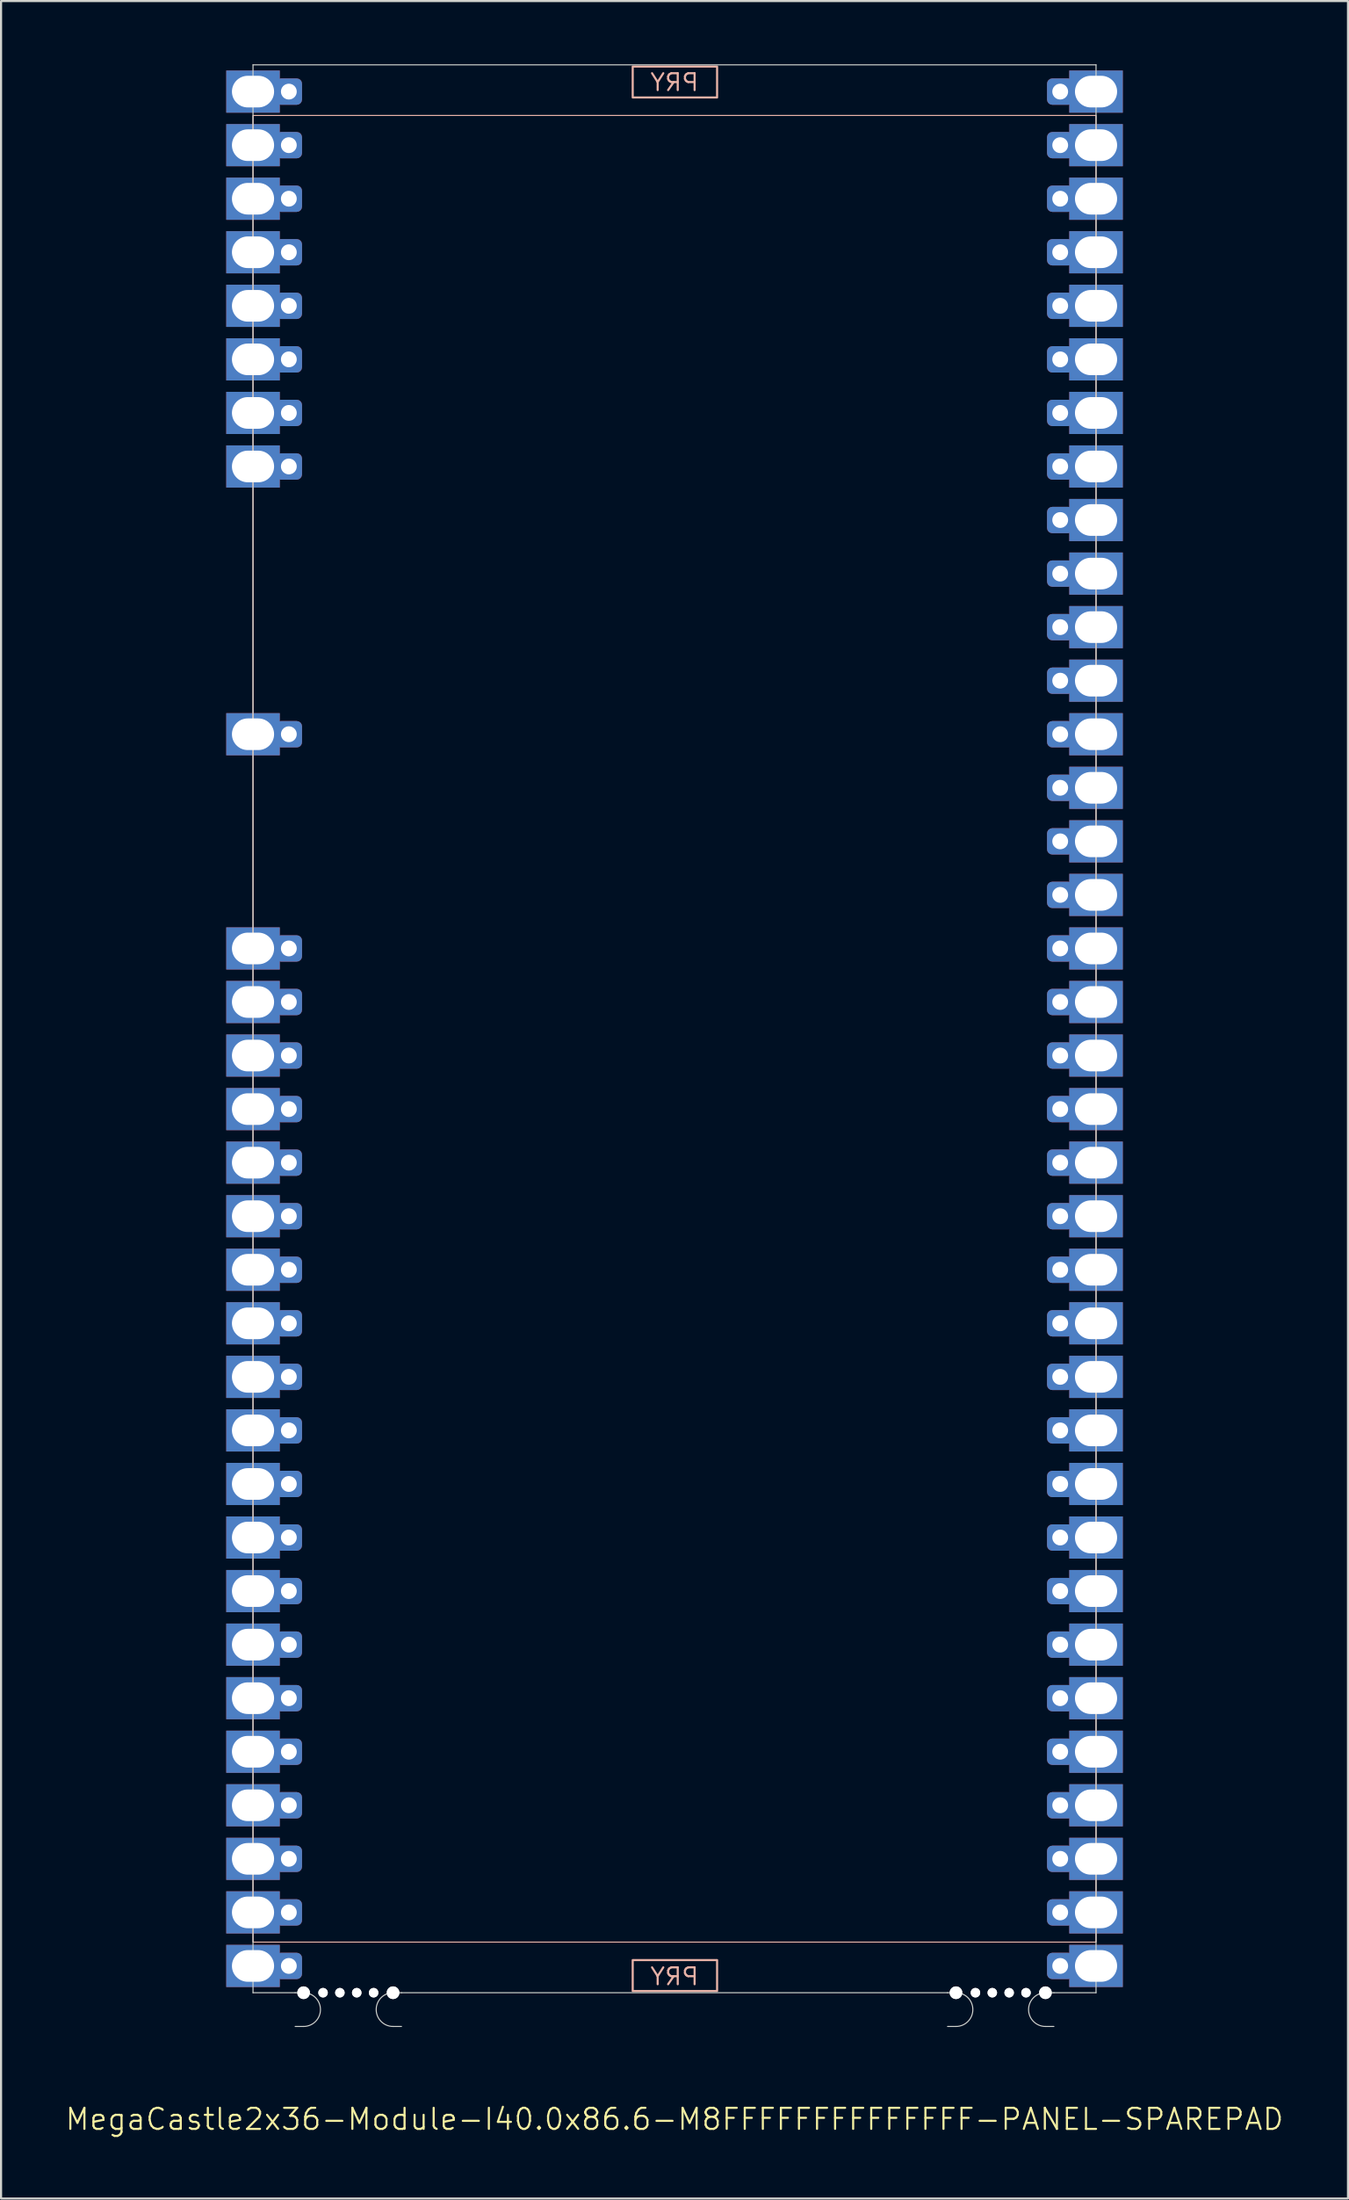
<source format=kicad_pcb>
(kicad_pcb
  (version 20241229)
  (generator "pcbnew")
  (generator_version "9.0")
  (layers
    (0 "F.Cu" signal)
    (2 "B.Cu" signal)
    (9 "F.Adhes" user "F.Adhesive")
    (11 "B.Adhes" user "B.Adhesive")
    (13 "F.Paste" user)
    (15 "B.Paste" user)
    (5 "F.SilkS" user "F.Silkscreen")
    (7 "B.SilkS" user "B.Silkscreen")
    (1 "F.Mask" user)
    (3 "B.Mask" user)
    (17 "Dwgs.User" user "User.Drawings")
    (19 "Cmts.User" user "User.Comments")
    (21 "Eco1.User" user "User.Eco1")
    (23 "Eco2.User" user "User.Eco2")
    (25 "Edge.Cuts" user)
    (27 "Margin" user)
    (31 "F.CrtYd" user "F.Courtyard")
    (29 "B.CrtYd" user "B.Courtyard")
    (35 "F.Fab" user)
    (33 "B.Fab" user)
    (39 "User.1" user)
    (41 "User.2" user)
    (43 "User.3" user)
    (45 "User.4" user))
  (footprint "MegaCastle2x36-Module-I40.0x86.6-M8FFFFFFFFFFFFFF-PANEL-SPAREPAD"
    (layer "F.Cu")
    (at 28.955 45.745)
    (property "Reference" "MegaCastle2x36-Module-I40.0x86.6-M8FFFFFFFFFFFFFF-PANEL-SPAREPAD" (at 0 51.72 0) (unlocked yes) (layer "F.SilkS") (effects (font (size 1 1) (thickness 0.1))))
    (attr smd)
    (fp_rect (start -20 43.32) (end 20 -43.32) (stroke (width 0.05) (type default)) (fill no) (layer "B.SilkS"))
    (fp_rect (start -1.984 -44.171) (end 2.02 -45.64) (stroke (width 0.1) (type default)) (fill no) (layer "B.SilkS"))
    (fp_rect (start -1.984 44.171) (end 2.02 45.64) (stroke (width 0.1) (type default)) (fill no) (layer "B.SilkS"))
    (fp_line (start -20 -45.72) (end -20 45.72) (stroke (width 0.05) (type default)) (layer "Edge.Cuts"))
    (fp_line (start -20 -45.72) (end 20 -45.72) (stroke (width 0.05) (type default)) (layer "Edge.Cuts"))
    (fp_line (start -20 45.72) (end -18 45.72) (stroke (width 0.05) (type default)) (layer "Edge.Cuts"))
    (fp_line (start -18 45.72) (end -17.6 45.72) (stroke (width 0.05) (type default)) (layer "Edge.Cuts"))
    (fp_line (start -18 47.32) (end -17.6 47.32) (stroke (width 0.05) (type default)) (layer "Edge.Cuts"))
    (fp_line (start -12.955 45.72) (end -13.355 45.72) (stroke (width 0.05) (type default)) (layer "Edge.Cuts"))
    (fp_line (start -12.955 45.72) (end 12.955 45.72) (stroke (width 0.05) (type default)) (layer "Edge.Cuts"))
    (fp_line (start -12.955 47.32) (end -13.355 47.32) (stroke (width 0.05) (type default)) (layer "Edge.Cuts"))
    (fp_line (start 12.955 45.72) (end 13.355 45.72) (stroke (width 0.05) (type default)) (layer "Edge.Cuts"))
    (fp_line (start 12.955 47.32) (end 13.355 47.32) (stroke (width 0.05) (type default)) (layer "Edge.Cuts"))
    (fp_line (start 18 45.72) (end 17.6 45.72) (stroke (width 0.05) (type default)) (layer "Edge.Cuts"))
    (fp_line (start 18 45.72) (end 20 45.72) (stroke (width 0.05) (type default)) (layer "Edge.Cuts"))
    (fp_line (start 18 47.32) (end 17.6 47.32) (stroke (width 0.05) (type default)) (layer "Edge.Cuts"))
    (fp_line (start 20 -45.72) (end 20 45.72) (stroke (width 0.05) (type default)) (layer "Edge.Cuts"))
    (fp_arc (start -17.6 45.720001) (mid -16.799999 46.52) (end -17.6 47.32) (stroke (width 0.05) (type default)) (layer "Edge.Cuts"))
    (fp_arc (start -13.355 47.32) (mid -14.154999 46.520001) (end -13.355 45.720001) (stroke (width 0.05) (type default)) (layer "Edge.Cuts"))
    (fp_arc (start 13.355001 45.720001) (mid 14.155002 46.52) (end 13.355001 47.32) (stroke (width 0.05) (type default)) (layer "Edge.Cuts"))
    (fp_arc (start 17.600002 47.32) (mid 16.8 46.52) (end 17.600002 45.720001) (stroke (width 0.05) (type default)) (layer "Edge.Cuts"))
    (fp_text user "PRY" (at 0 45.42 0) (unlocked yes) (layer "B.SilkS") (effects (font (size 0.8 0.8) (thickness 0.1)) (justify bottom mirror)))
    (fp_text user "PRY" (at 0 -44.42 0) (unlocked yes) (layer "B.SilkS") (effects (font (size 0.8 0.8) (thickness 0.1)) (justify bottom mirror)))
    (pad "" np_thru_hole circle (at -17.6 45.72) (size 0.6 0.6) (drill 0.6) (layers "*.Cu" "Edge.Cuts"))
    (pad "" np_thru_hole circle (at -16.677 45.72) (size 0.45 0.45) (drill 0.45) (layers "*.Cu" "Edge.Cuts"))
    (pad "" np_thru_hole circle (at -15.878 45.72) (size 0.45 0.45) (drill 0.45) (layers "*.Cu" "Edge.Cuts"))
    (pad "" np_thru_hole circle (at -15.078 45.72) (size 0.45 0.45) (drill 0.45) (layers "*.Cu" "Edge.Cuts"))
    (pad "" np_thru_hole circle (at -14.277 45.72) (size 0.45 0.45) (drill 0.45) (layers "*.Cu" "Edge.Cuts"))
    (pad "" np_thru_hole circle (at -13.355 45.72) (size 0.6 0.6) (drill 0.6) (layers "*.Cu" "Edge.Cuts"))
    (pad "" np_thru_hole circle (at 13.355 45.72) (size 0.6 0.6) (drill 0.6) (layers "*.Cu" "Edge.Cuts"))
    (pad "" np_thru_hole circle (at 14.278 45.72) (size 0.45 0.45) (drill 0.45) (layers "*.Cu" "Edge.Cuts"))
    (pad "" np_thru_hole circle (at 15.078 45.72) (size 0.45 0.45) (drill 0.45) (layers "*.Cu" "Edge.Cuts"))
    (pad "" np_thru_hole circle (at 15.878 45.72) (size 0.45 0.45) (drill 0.45) (layers "*.Cu" "Edge.Cuts"))
    (pad "" np_thru_hole circle (at 16.678 45.72) (size 0.45 0.45) (drill 0.45) (layers "*.Cu" "Edge.Cuts"))
    (pad "" np_thru_hole circle (at 17.6 45.72) (size 0.6 0.6) (drill 0.6) (layers "*.Cu" "Edge.Cuts"))
    (pad "1" thru_hole rect (at -20 -44.45) (size 2.54 2) (drill oval 2 1.5) (property pad_prop_castellated) (layers "*.Cu" "*.Mask"))
    (pad "1" thru_hole roundrect (at -18.3 -44.45 180) (size 1.25 1.25) (drill 0.75) (layers "*.Cu" "*.Mask") (roundrect_rratio 0.2))
    (pad "2" thru_hole rect (at -20 -41.91) (size 2.54 2) (drill oval 2 1.5) (property pad_prop_castellated) (layers "*.Cu" "*.Mask"))
    (pad "2" thru_hole roundrect (at -18.3 -41.91 180) (size 1.25 1.25) (drill 0.75) (layers "*.Cu" "*.Mask") (roundrect_rratio 0.2))
    (pad "3" thru_hole rect (at -20 -39.37) (size 2.54 2) (drill oval 2 1.5) (property pad_prop_castellated) (layers "*.Cu" "*.Mask"))
    (pad "3" thru_hole roundrect (at -18.3 -39.37 180) (size 1.25 1.25) (drill 0.75) (layers "*.Cu" "*.Mask") (roundrect_rratio 0.2))
    (pad "4" thru_hole rect (at -20 -36.83) (size 2.54 2) (drill oval 2 1.5) (property pad_prop_castellated) (layers "*.Cu" "*.Mask"))
    (pad "4" thru_hole roundrect (at -18.3 -36.83 180) (size 1.25 1.25) (drill 0.75) (layers "*.Cu" "*.Mask") (roundrect_rratio 0.2))
    (pad "5" thru_hole rect (at -20 -34.29) (size 2.54 2) (drill oval 2 1.5) (property pad_prop_castellated) (layers "*.Cu" "*.Mask"))
    (pad "5" thru_hole roundrect (at -18.3 -34.29 180) (size 1.25 1.25) (drill 0.75) (layers "*.Cu" "*.Mask") (roundrect_rratio 0.2))
    (pad "6" thru_hole rect (at -20 -31.75) (size 2.54 2) (drill oval 2 1.5) (property pad_prop_castellated) (layers "*.Cu" "*.Mask"))
    (pad "6" thru_hole roundrect (at -18.3 -31.75 180) (size 1.25 1.25) (drill 0.75) (layers "*.Cu" "*.Mask") (roundrect_rratio 0.2))
    (pad "7" thru_hole rect (at -20 -29.21) (size 2.54 2) (drill oval 2 1.5) (property pad_prop_castellated) (layers "*.Cu" "*.Mask"))
    (pad "7" thru_hole roundrect (at -18.3 -29.21 180) (size 1.25 1.25) (drill 0.75) (layers "*.Cu" "*.Mask") (roundrect_rratio 0.2))
    (pad "8" thru_hole rect (at -20 -26.67) (size 2.54 2) (drill oval 2 1.5) (property pad_prop_castellated) (layers "*.Cu" "*.Mask"))
    (pad "8" thru_hole roundrect (at -18.3 -26.67 180) (size 1.25 1.25) (drill 0.75) (layers "*.Cu" "*.Mask") (roundrect_rratio 0.2))
    (pad "13" thru_hole rect (at -20 -13.97) (size 2.54 2) (drill oval 2 1.5) (property pad_prop_castellated) (layers "*.Cu" "*.Mask"))
    (pad "13" thru_hole roundrect (at -18.3 -13.97 180) (size 1.25 1.25) (drill 0.75) (layers "*.Cu" "*.Mask") (roundrect_rratio 0.2))
    (pad "17" thru_hole rect (at -20 -3.81) (size 2.54 2) (drill oval 2 1.5) (property pad_prop_castellated) (layers "*.Cu" "*.Mask"))
    (pad "17" thru_hole roundrect (at -18.3 -3.81 180) (size 1.25 1.25) (drill 0.75) (layers "*.Cu" "*.Mask") (roundrect_rratio 0.2))
    (pad "18" thru_hole rect (at -20 -1.27) (size 2.54 2) (drill oval 2 1.5) (property pad_prop_castellated) (layers "*.Cu" "*.Mask"))
    (pad "18" thru_hole roundrect (at -18.3 -1.27 180) (size 1.25 1.25) (drill 0.75) (layers "*.Cu" "*.Mask") (roundrect_rratio 0.2))
    (pad "19" thru_hole rect (at -20 1.27) (size 2.54 2) (drill oval 2 1.5) (property pad_prop_castellated) (layers "*.Cu" "*.Mask"))
    (pad "19" thru_hole roundrect (at -18.3 1.27 180) (size 1.25 1.25) (drill 0.75) (layers "*.Cu" "*.Mask") (roundrect_rratio 0.2))
    (pad "20" thru_hole rect (at -20 3.81) (size 2.54 2) (drill oval 2 1.5) (property pad_prop_castellated) (layers "*.Cu" "*.Mask"))
    (pad "20" thru_hole roundrect (at -18.3 3.81 180) (size 1.25 1.25) (drill 0.75) (layers "*.Cu" "*.Mask") (roundrect_rratio 0.2))
    (pad "21" thru_hole rect (at -20 6.35) (size 2.54 2) (drill oval 2 1.5) (property pad_prop_castellated) (layers "*.Cu" "*.Mask"))
    (pad "21" thru_hole roundrect (at -18.3 6.35 180) (size 1.25 1.25) (drill 0.75) (layers "*.Cu" "*.Mask") (roundrect_rratio 0.2))
    (pad "22" thru_hole rect (at -20 8.89) (size 2.54 2) (drill oval 2 1.5) (property pad_prop_castellated) (layers "*.Cu" "*.Mask"))
    (pad "22" thru_hole roundrect (at -18.3 8.89 180) (size 1.25 1.25) (drill 0.75) (layers "*.Cu" "*.Mask") (roundrect_rratio 0.2))
    (pad "23" thru_hole rect (at -20 11.43) (size 2.54 2) (drill oval 2 1.5) (property pad_prop_castellated) (layers "*.Cu" "*.Mask"))
    (pad "23" thru_hole roundrect (at -18.3 11.43 180) (size 1.25 1.25) (drill 0.75) (layers "*.Cu" "*.Mask") (roundrect_rratio 0.2))
    (pad "24" thru_hole rect (at -20 13.97) (size 2.54 2) (drill oval 2 1.5) (property pad_prop_castellated) (layers "*.Cu" "*.Mask"))
    (pad "24" thru_hole roundrect (at -18.3 13.97 180) (size 1.25 1.25) (drill 0.75) (layers "*.Cu" "*.Mask") (roundrect_rratio 0.2))
    (pad "25" thru_hole rect (at -20 16.51) (size 2.54 2) (drill oval 2 1.5) (property pad_prop_castellated) (layers "*.Cu" "*.Mask"))
    (pad "25" thru_hole roundrect (at -18.3 16.51 180) (size 1.25 1.25) (drill 0.75) (layers "*.Cu" "*.Mask") (roundrect_rratio 0.2))
    (pad "26" thru_hole rect (at -20 19.05) (size 2.54 2) (drill oval 2 1.5) (property pad_prop_castellated) (layers "*.Cu" "*.Mask"))
    (pad "26" thru_hole roundrect (at -18.3 19.05 180) (size 1.25 1.25) (drill 0.75) (layers "*.Cu" "*.Mask") (roundrect_rratio 0.2))
    (pad "27" thru_hole rect (at -20 21.59) (size 2.54 2) (drill oval 2 1.5) (property pad_prop_castellated) (layers "*.Cu" "*.Mask"))
    (pad "27" thru_hole roundrect (at -18.3 21.59 180) (size 1.25 1.25) (drill 0.75) (layers "*.Cu" "*.Mask") (roundrect_rratio 0.2))
    (pad "28" thru_hole rect (at -20 24.13) (size 2.54 2) (drill oval 2 1.5) (property pad_prop_castellated) (layers "*.Cu" "*.Mask"))
    (pad "28" thru_hole roundrect (at -18.3 24.13 180) (size 1.25 1.25) (drill 0.75) (layers "*.Cu" "*.Mask") (roundrect_rratio 0.2))
    (pad "29" thru_hole rect (at -20 26.67) (size 2.54 2) (drill oval 2 1.5) (property pad_prop_castellated) (layers "*.Cu" "*.Mask"))
    (pad "29" thru_hole roundrect (at -18.3 26.67 180) (size 1.25 1.25) (drill 0.75) (layers "*.Cu" "*.Mask") (roundrect_rratio 0.2))
    (pad "30" thru_hole rect (at -20 29.21) (size 2.54 2) (drill oval 2 1.5) (property pad_prop_castellated) (layers "*.Cu" "*.Mask"))
    (pad "30" thru_hole roundrect (at -18.3 29.21 180) (size 1.25 1.25) (drill 0.75) (layers "*.Cu" "*.Mask") (roundrect_rratio 0.2))
    (pad "31" thru_hole rect (at -20 31.75) (size 2.54 2) (drill oval 2 1.5) (property pad_prop_castellated) (layers "*.Cu" "*.Mask"))
    (pad "31" thru_hole roundrect (at -18.3 31.75 180) (size 1.25 1.25) (drill 0.75) (layers "*.Cu" "*.Mask") (roundrect_rratio 0.2))
    (pad "32" thru_hole rect (at -20 34.29) (size 2.54 2) (drill oval 2 1.5) (property pad_prop_castellated) (layers "*.Cu" "*.Mask"))
    (pad "32" thru_hole roundrect (at -18.3 34.29 180) (size 1.25 1.25) (drill 0.75) (layers "*.Cu" "*.Mask") (roundrect_rratio 0.2))
    (pad "33" thru_hole rect (at -20 36.83) (size 2.54 2) (drill oval 2 1.5) (property pad_prop_castellated) (layers "*.Cu" "*.Mask"))
    (pad "33" thru_hole roundrect (at -18.3 36.83 180) (size 1.25 1.25) (drill 0.75) (layers "*.Cu" "*.Mask") (roundrect_rratio 0.2))
    (pad "34" thru_hole rect (at -20 39.37) (size 2.54 2) (drill oval 2 1.5) (property pad_prop_castellated) (layers "*.Cu" "*.Mask"))
    (pad "34" thru_hole roundrect (at -18.3 39.37 180) (size 1.25 1.25) (drill 0.75) (layers "*.Cu" "*.Mask") (roundrect_rratio 0.2))
    (pad "35" thru_hole rect (at -20 41.91) (size 2.54 2) (drill oval 2 1.5) (property pad_prop_castellated) (layers "*.Cu" "*.Mask"))
    (pad "35" thru_hole roundrect (at -18.3 41.91 180) (size 1.25 1.25) (drill 0.75) (layers "*.Cu" "*.Mask") (roundrect_rratio 0.2))
    (pad "36" thru_hole rect (at -20 44.45) (size 2.54 2) (drill oval 2 1.5) (property pad_prop_castellated) (layers "*.Cu" "*.Mask"))
    (pad "36" thru_hole roundrect (at -18.3 44.45 180) (size 1.25 1.25) (drill 0.75) (layers "*.Cu" "*.Mask") (roundrect_rratio 0.2))
    (pad "37" thru_hole roundrect (at 18.3 -44.45 180) (size 1.25 1.25) (drill 0.75) (layers "*.Cu" "*.Mask") (roundrect_rratio 0.2))
    (pad "37" thru_hole rect (at 20 -44.45) (size 2.54 2) (drill oval 2 1.5) (property pad_prop_castellated) (layers "*.Cu" "*.Mask"))
    (pad "38" thru_hole roundrect (at 18.3 -41.91 180) (size 1.25 1.25) (drill 0.75) (layers "*.Cu" "*.Mask") (roundrect_rratio 0.2))
    (pad "38" thru_hole rect (at 20 -41.91) (size 2.54 2) (drill oval 2 1.5) (property pad_prop_castellated) (layers "*.Cu" "*.Mask"))
    (pad "39" thru_hole roundrect (at 18.3 -39.37 180) (size 1.25 1.25) (drill 0.75) (layers "*.Cu" "*.Mask") (roundrect_rratio 0.2))
    (pad "39" thru_hole rect (at 20 -39.37) (size 2.54 2) (drill oval 2 1.5) (property pad_prop_castellated) (layers "*.Cu" "*.Mask"))
    (pad "40" thru_hole roundrect (at 18.3 -36.83 180) (size 1.25 1.25) (drill 0.75) (layers "*.Cu" "*.Mask") (roundrect_rratio 0.2))
    (pad "40" thru_hole rect (at 20 -36.83) (size 2.54 2) (drill oval 2 1.5) (property pad_prop_castellated) (layers "*.Cu" "*.Mask"))
    (pad "41" thru_hole roundrect (at 18.3 -34.29 180) (size 1.25 1.25) (drill 0.75) (layers "*.Cu" "*.Mask") (roundrect_rratio 0.2))
    (pad "41" thru_hole rect (at 20 -34.29) (size 2.54 2) (drill oval 2 1.5) (property pad_prop_castellated) (layers "*.Cu" "*.Mask"))
    (pad "42" thru_hole roundrect (at 18.3 -31.75 180) (size 1.25 1.25) (drill 0.75) (layers "*.Cu" "*.Mask") (roundrect_rratio 0.2))
    (pad "42" thru_hole rect (at 20 -31.75) (size 2.54 2) (drill oval 2 1.5) (property pad_prop_castellated) (layers "*.Cu" "*.Mask"))
    (pad "43" thru_hole roundrect (at 18.3 -29.21 180) (size 1.25 1.25) (drill 0.75) (layers "*.Cu" "*.Mask") (roundrect_rratio 0.2))
    (pad "43" thru_hole rect (at 20 -29.21) (size 2.54 2) (drill oval 2 1.5) (property pad_prop_castellated) (layers "*.Cu" "*.Mask"))
    (pad "44" thru_hole roundrect (at 18.3 -26.67 180) (size 1.25 1.25) (drill 0.75) (layers "*.Cu" "*.Mask") (roundrect_rratio 0.2))
    (pad "44" thru_hole rect (at 20 -26.67) (size 2.54 2) (drill oval 2 1.5) (property pad_prop_castellated) (layers "*.Cu" "*.Mask"))
    (pad "45" thru_hole roundrect (at 18.3 -24.13 180) (size 1.25 1.25) (drill 0.75) (layers "*.Cu" "*.Mask") (roundrect_rratio 0.2))
    (pad "45" thru_hole rect (at 20 -24.13) (size 2.54 2) (drill oval 2 1.5) (property pad_prop_castellated) (layers "*.Cu" "*.Mask"))
    (pad "46" thru_hole roundrect (at 18.3 -21.59 180) (size 1.25 1.25) (drill 0.75) (layers "*.Cu" "*.Mask") (roundrect_rratio 0.2))
    (pad "46" thru_hole rect (at 20 -21.59) (size 2.54 2) (drill oval 2 1.5) (property pad_prop_castellated) (layers "*.Cu" "*.Mask"))
    (pad "47" thru_hole roundrect (at 18.3 -19.05 180) (size 1.25 1.25) (drill 0.75) (layers "*.Cu" "*.Mask") (roundrect_rratio 0.2))
    (pad "47" thru_hole rect (at 20 -19.05) (size 2.54 2) (drill oval 2 1.5) (property pad_prop_castellated) (layers "*.Cu" "*.Mask"))
    (pad "48" thru_hole roundrect (at 18.3 -16.51 180) (size 1.25 1.25) (drill 0.75) (layers "*.Cu" "*.Mask") (roundrect_rratio 0.2))
    (pad "48" thru_hole rect (at 20 -16.51) (size 2.54 2) (drill oval 2 1.5) (property pad_prop_castellated) (layers "*.Cu" "*.Mask"))
    (pad "49" thru_hole roundrect (at 18.3 -13.97 180) (size 1.25 1.25) (drill 0.75) (layers "*.Cu" "*.Mask") (roundrect_rratio 0.2))
    (pad "49" thru_hole rect (at 20 -13.97) (size 2.54 2) (drill oval 2 1.5) (property pad_prop_castellated) (layers "*.Cu" "*.Mask"))
    (pad "50" thru_hole roundrect (at 18.3 -11.43 180) (size 1.25 1.25) (drill 0.75) (layers "*.Cu" "*.Mask") (roundrect_rratio 0.2))
    (pad "50" thru_hole rect (at 20 -11.43) (size 2.54 2) (drill oval 2 1.5) (property pad_prop_castellated) (layers "*.Cu" "*.Mask"))
    (pad "51" thru_hole roundrect (at 18.3 -8.89 180) (size 1.25 1.25) (drill 0.75) (layers "*.Cu" "*.Mask") (roundrect_rratio 0.2))
    (pad "51" thru_hole rect (at 20 -8.89) (size 2.54 2) (drill oval 2 1.5) (property pad_prop_castellated) (layers "*.Cu" "*.Mask"))
    (pad "52" thru_hole roundrect (at 18.3 -6.35 180) (size 1.25 1.25) (drill 0.75) (layers "*.Cu" "*.Mask") (roundrect_rratio 0.2))
    (pad "52" thru_hole rect (at 20 -6.35) (size 2.54 2) (drill oval 2 1.5) (property pad_prop_castellated) (layers "*.Cu" "*.Mask"))
    (pad "53" thru_hole roundrect (at 18.3 -3.81 180) (size 1.25 1.25) (drill 0.75) (layers "*.Cu" "*.Mask") (roundrect_rratio 0.2))
    (pad "53" thru_hole rect (at 20 -3.81) (size 2.54 2) (drill oval 2 1.5) (property pad_prop_castellated) (layers "*.Cu" "*.Mask"))
    (pad "54" thru_hole roundrect (at 18.3 -1.27 180) (size 1.25 1.25) (drill 0.75) (layers "*.Cu" "*.Mask") (roundrect_rratio 0.2))
    (pad "54" thru_hole rect (at 20 -1.27) (size 2.54 2) (drill oval 2 1.5) (property pad_prop_castellated) (layers "*.Cu" "*.Mask"))
    (pad "55" thru_hole roundrect (at 18.3 1.27 180) (size 1.25 1.25) (drill 0.75) (layers "*.Cu" "*.Mask") (roundrect_rratio 0.2))
    (pad "55" thru_hole rect (at 20 1.27) (size 2.54 2) (drill oval 2 1.5) (property pad_prop_castellated) (layers "*.Cu" "*.Mask"))
    (pad "56" thru_hole roundrect (at 18.3 3.81 180) (size 1.25 1.25) (drill 0.75) (layers "*.Cu" "*.Mask") (roundrect_rratio 0.2))
    (pad "56" thru_hole rect (at 20 3.81) (size 2.54 2) (drill oval 2 1.5) (property pad_prop_castellated) (layers "*.Cu" "*.Mask"))
    (pad "57" thru_hole roundrect (at 18.3 6.35 180) (size 1.25 1.25) (drill 0.75) (layers "*.Cu" "*.Mask") (roundrect_rratio 0.2))
    (pad "57" thru_hole rect (at 20 6.35) (size 2.54 2) (drill oval 2 1.5) (property pad_prop_castellated) (layers "*.Cu" "*.Mask"))
    (pad "58" thru_hole roundrect (at 18.3 8.89 180) (size 1.25 1.25) (drill 0.75) (layers "*.Cu" "*.Mask") (roundrect_rratio 0.2))
    (pad "58" thru_hole rect (at 20 8.89) (size 2.54 2) (drill oval 2 1.5) (property pad_prop_castellated) (layers "*.Cu" "*.Mask"))
    (pad "59" thru_hole roundrect (at 18.3 11.43 180) (size 1.25 1.25) (drill 0.75) (layers "*.Cu" "*.Mask") (roundrect_rratio 0.2))
    (pad "59" thru_hole rect (at 20 11.43) (size 2.54 2) (drill oval 2 1.5) (property pad_prop_castellated) (layers "*.Cu" "*.Mask"))
    (pad "60" thru_hole roundrect (at 18.3 13.97 180) (size 1.25 1.25) (drill 0.75) (layers "*.Cu" "*.Mask") (roundrect_rratio 0.2))
    (pad "60" thru_hole rect (at 20 13.97) (size 2.54 2) (drill oval 2 1.5) (property pad_prop_castellated) (layers "*.Cu" "*.Mask"))
    (pad "61" thru_hole roundrect (at 18.3 16.51 180) (size 1.25 1.25) (drill 0.75) (layers "*.Cu" "*.Mask") (roundrect_rratio 0.2))
    (pad "61" thru_hole rect (at 20 16.51) (size 2.54 2) (drill oval 2 1.5) (property pad_prop_castellated) (layers "*.Cu" "*.Mask"))
    (pad "62" thru_hole roundrect (at 18.3 19.05 180) (size 1.25 1.25) (drill 0.75) (layers "*.Cu" "*.Mask") (roundrect_rratio 0.2))
    (pad "62" thru_hole rect (at 20 19.05) (size 2.54 2) (drill oval 2 1.5) (property pad_prop_castellated) (layers "*.Cu" "*.Mask"))
    (pad "63" thru_hole roundrect (at 18.3 21.59 180) (size 1.25 1.25) (drill 0.75) (layers "*.Cu" "*.Mask") (roundrect_rratio 0.2))
    (pad "63" thru_hole rect (at 20 21.59) (size 2.54 2) (drill oval 2 1.5) (property pad_prop_castellated) (layers "*.Cu" "*.Mask"))
    (pad "64" thru_hole roundrect (at 18.3 24.13 180) (size 1.25 1.25) (drill 0.75) (layers "*.Cu" "*.Mask") (roundrect_rratio 0.2))
    (pad "64" thru_hole rect (at 20 24.13) (size 2.54 2) (drill oval 2 1.5) (property pad_prop_castellated) (layers "*.Cu" "*.Mask"))
    (pad "65" thru_hole roundrect (at 18.3 26.67 180) (size 1.25 1.25) (drill 0.75) (layers "*.Cu" "*.Mask") (roundrect_rratio 0.2))
    (pad "65" thru_hole rect (at 20 26.67) (size 2.54 2) (drill oval 2 1.5) (property pad_prop_castellated) (layers "*.Cu" "*.Mask"))
    (pad "66" thru_hole roundrect (at 18.3 29.21 180) (size 1.25 1.25) (drill 0.75) (layers "*.Cu" "*.Mask") (roundrect_rratio 0.2))
    (pad "66" thru_hole rect (at 20 29.21) (size 2.54 2) (drill oval 2 1.5) (property pad_prop_castellated) (layers "*.Cu" "*.Mask"))
    (pad "67" thru_hole roundrect (at 18.3 31.75 180) (size 1.25 1.25) (drill 0.75) (layers "*.Cu" "*.Mask") (roundrect_rratio 0.2))
    (pad "67" thru_hole rect (at 20 31.75) (size 2.54 2) (drill oval 2 1.5) (property pad_prop_castellated) (layers "*.Cu" "*.Mask"))
    (pad "68" thru_hole roundrect (at 18.3 34.29 180) (size 1.25 1.25) (drill 0.75) (layers "*.Cu" "*.Mask") (roundrect_rratio 0.2))
    (pad "68" thru_hole rect (at 20 34.29) (size 2.54 2) (drill oval 2 1.5) (property pad_prop_castellated) (layers "*.Cu" "*.Mask"))
    (pad "69" thru_hole roundrect (at 18.3 36.83 180) (size 1.25 1.25) (drill 0.75) (layers "*.Cu" "*.Mask") (roundrect_rratio 0.2))
    (pad "69" thru_hole rect (at 20 36.83) (size 2.54 2) (drill oval 2 1.5) (property pad_prop_castellated) (layers "*.Cu" "*.Mask"))
    (pad "70" thru_hole roundrect (at 18.3 39.37 180) (size 1.25 1.25) (drill 0.75) (layers "*.Cu" "*.Mask") (roundrect_rratio 0.2))
    (pad "70" thru_hole rect (at 20 39.37) (size 2.54 2) (drill oval 2 1.5) (property pad_prop_castellated) (layers "*.Cu" "*.Mask"))
    (pad "71" thru_hole roundrect (at 18.3 41.91 180) (size 1.25 1.25) (drill 0.75) (layers "*.Cu" "*.Mask") (roundrect_rratio 0.2))
    (pad "71" thru_hole rect (at 20 41.91) (size 2.54 2) (drill oval 2 1.5) (property pad_prop_castellated) (layers "*.Cu" "*.Mask"))
    (pad "72" thru_hole roundrect (at 18.3 44.45 180) (size 1.25 1.25) (drill 0.75) (layers "*.Cu" "*.Mask") (roundrect_rratio 0.2))
    (pad "72" thru_hole rect (at 20 44.45) (size 2.54 2) (drill oval 2 1.5) (property pad_prop_castellated) (layers "*.Cu" "*.Mask"))
    (zone (net_name "") (layer "B.Cu") (hatch edge 0.5) (connect_pads) (min_thickness 0.25) (filled_areas_thickness no) (keepout (tracks allowed) (vias allowed) (pads allowed) (copperpour allowed) (footprints not_allowed)) (placement (enabled no)) (fill) (polygon (pts (xy 8.955 91.465) (xy 8.955 0.025))))
    (zone (net_name "") (layer "B.Cu") (hatch edge 0.5) (connect_pads) (min_thickness 0.25) (filled_areas_thickness no) (keepout (tracks allowed) (vias allowed) (pads allowed) (copperpour allowed) (footprints not_allowed)) (placement (enabled no)) (fill) (polygon (pts (xy 48.955 91.465) (xy 48.955 0.025))))
    (zone (net_name "") (layer "B.Cu") (hatch edge 0.5) (connect_pads) (min_thickness 0.25) (filled_areas_thickness no) (keepout (tracks allowed) (vias allowed) (pads allowed) (copperpour allowed) (footprints not_allowed)) (placement (enabled no)) (fill) (polygon (pts (xy 8.955 0.025) (xy 8.955 2.425) (xy 48.955 2.425) (xy 48.955 0.025))))
    (zone (net_name "") (layer "B.Cu") (hatch edge 0.5) (connect_pads) (min_thickness 0.25) (filled_areas_thickness no) (keepout (tracks allowed) (vias allowed) (pads allowed) (copperpour allowed) (footprints not_allowed)) (placement (enabled no)) (fill) (polygon (pts (xy 8.955 91.465) (xy 8.955 89.065) (xy 48.955 89.065) (xy 48.955 91.465))))
    (zone (net_name "") (layer "B.Cu") (name "Upper Pry Zone") (hatch edge 0.5) (connect_pads) (min_thickness 0.25) (filled_areas_thickness no) (keepout (tracks not_allowed) (vias not_allowed) (pads not_allowed) (copperpour allowed) (footprints not_allowed)) (placement (enabled no)) (fill) (polygon (pts (xy 26.971 1.574) (xy 26.971 0.105) (xy 30.974 0.105) (xy 30.974 1.574))))
    (zone (net_name "") (layer "B.Cu") (name "Upper Pry Zone") (hatch edge 0.5) (connect_pads) (min_thickness 0.25) (filled_areas_thickness no) (keepout (tracks not_allowed) (vias not_allowed) (pads not_allowed) (copperpour allowed) (footprints not_allowed)) (placement (enabled no)) (fill) (polygon (pts (xy 26.971 89.916) (xy 26.971 91.385) (xy 30.974 91.385) (xy 30.974 89.916)))))
  (gr_rect
    (start -3 -3)
    (end 60.91 101.226)
    (stroke (width 0.1) (type default))
    (fill no)
    (layer "Edge.Cuts")))
</source>
